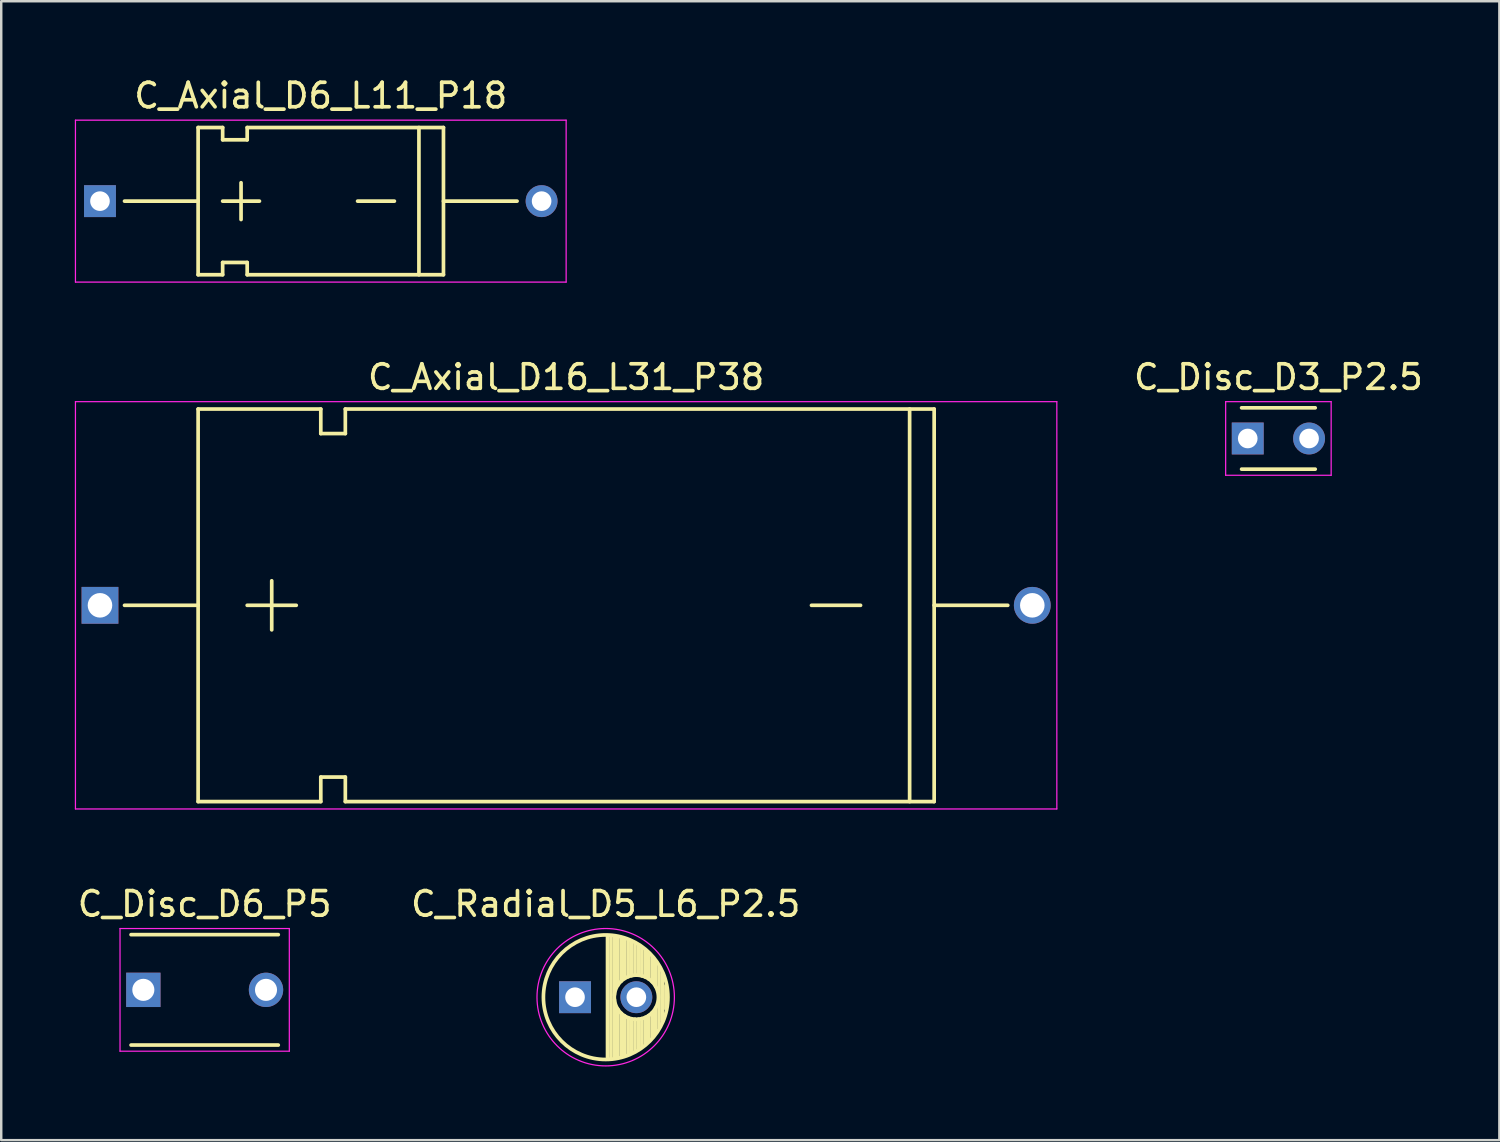
<source format=kicad_pcb>
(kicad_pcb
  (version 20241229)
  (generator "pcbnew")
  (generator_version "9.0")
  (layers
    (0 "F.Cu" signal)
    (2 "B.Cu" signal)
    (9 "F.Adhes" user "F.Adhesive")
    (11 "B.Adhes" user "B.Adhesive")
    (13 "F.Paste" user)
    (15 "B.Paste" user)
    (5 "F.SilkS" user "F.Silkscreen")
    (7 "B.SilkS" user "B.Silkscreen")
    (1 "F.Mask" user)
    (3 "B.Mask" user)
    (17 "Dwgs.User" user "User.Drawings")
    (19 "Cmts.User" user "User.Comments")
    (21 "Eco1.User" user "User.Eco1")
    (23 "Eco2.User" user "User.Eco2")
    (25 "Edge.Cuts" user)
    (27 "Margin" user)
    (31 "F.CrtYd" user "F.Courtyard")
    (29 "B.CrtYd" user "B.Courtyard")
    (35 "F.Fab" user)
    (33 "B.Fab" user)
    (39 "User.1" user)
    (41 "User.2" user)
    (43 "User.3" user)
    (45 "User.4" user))
  (footprint "C_Disc_D6_P5"
    (layer "F.Cu")
    (at 2.792 37.295)
    (property "Reference" "C_Disc_D6_P5" (at 2.5 -3.5 0) (layer "F.SilkS") (effects (font (size 1 1) (thickness 0.15))))
    (attr through_hole)
    (fp_line (start -0.5 -2.25) (end 5.5 -2.25) (stroke (width 0.15) (type solid)) (layer "F.SilkS"))
    (fp_line (start 5.5 2.25) (end -0.5 2.25) (stroke (width 0.15) (type solid)) (layer "F.SilkS"))
    (fp_line (start -0.95 -2.5) (end 5.95 -2.5) (stroke (width 0.05) (type solid)) (layer "F.CrtYd"))
    (fp_line (start -0.95 2.5) (end -0.95 -2.5) (stroke (width 0.05) (type solid)) (layer "F.CrtYd"))
    (fp_line (start 5.95 -2.5) (end 5.95 2.5) (stroke (width 0.05) (type solid)) (layer "F.CrtYd"))
    (fp_line (start 5.95 2.5) (end -0.95 2.5) (stroke (width 0.05) (type solid)) (layer "F.CrtYd"))
    (pad "1" thru_hole rect (at 0 0) (size 1.4 1.4) (drill 0.9) (layers "*.Cu" "*.Mask"))
    (pad "2" thru_hole circle (at 5 0) (size 1.4 1.4) (drill 0.9) (layers "*.Cu" "*.Mask")))
  (footprint "C_Disc_D3_P2.5"
    (layer "F.Cu")
    (at 47.806 14.822)
    (property "Reference" "C_Disc_D3_P2.5" (at 1.25 -2.5 0) (layer "F.SilkS") (effects (font (size 1 1) (thickness 0.15))))
    (attr through_hole)
    (fp_line (start -0.25 -1.25) (end 2.75 -1.25) (stroke (width 0.15) (type solid)) (layer "F.SilkS"))
    (fp_line (start 2.75 1.25) (end -0.25 1.25) (stroke (width 0.15) (type solid)) (layer "F.SilkS"))
    (fp_line (start -0.9 -1.5) (end 3.4 -1.5) (stroke (width 0.05) (type solid)) (layer "F.CrtYd"))
    (fp_line (start -0.9 1.5) (end -0.9 -1.5) (stroke (width 0.05) (type solid)) (layer "F.CrtYd"))
    (fp_line (start 3.4 -1.5) (end 3.4 1.5) (stroke (width 0.05) (type solid)) (layer "F.CrtYd"))
    (fp_line (start 3.4 1.5) (end -0.9 1.5) (stroke (width 0.05) (type solid)) (layer "F.CrtYd"))
    (pad "1" thru_hole rect (at 0 0) (size 1.3 1.3) (drill 0.8) (layers "*.Cu" "*.Mask"))
    (pad "2" thru_hole circle (at 2.5 0) (size 1.3 1.3) (drill 0.8) (layers "*.Cu" "*.Mask")))
  (footprint "C_Axial_D16_L31_P38"
    (layer "F.Cu")
    (at 1.025 21.622)
    (property "Reference" "C_Axial_D16_L31_P38" (at 19 -9.3 0) (layer "F.SilkS") (effects (font (size 1 1) (thickness 0.15))))
    (attr through_hole)
    (fp_line (start 4 0) (end 1 0) (stroke (width 0.15) (type solid)) (layer "F.SilkS"))
    (fp_line (start 4 8) (end 4 -8) (stroke (width 0.15) (type solid)) (layer "F.SilkS"))
    (fp_line (start 6 0) (end 8 0) (stroke (width 0.15) (type solid)) (layer "F.SilkS"))
    (fp_line (start 7 1) (end 7 -1) (stroke (width 0.15) (type solid)) (layer "F.SilkS"))
    (fp_line (start 9 -8) (end 4 -8) (stroke (width 0.15) (type solid)) (layer "F.SilkS"))
    (fp_line (start 9 -8) (end 9 -7) (stroke (width 0.15) (type solid)) (layer "F.SilkS"))
    (fp_line (start 9 -7) (end 10 -7) (stroke (width 0.15) (type solid)) (layer "F.SilkS"))
    (fp_line (start 9 7) (end 9 8) (stroke (width 0.15) (type solid)) (layer "F.SilkS"))
    (fp_line (start 9 8) (end 4 8) (stroke (width 0.15) (type solid)) (layer "F.SilkS"))
    (fp_line (start 10 -7) (end 10 -8) (stroke (width 0.15) (type solid)) (layer "F.SilkS"))
    (fp_line (start 10 7) (end 9 7) (stroke (width 0.15) (type solid)) (layer "F.SilkS"))
    (fp_line (start 10 8) (end 10 7) (stroke (width 0.15) (type solid)) (layer "F.SilkS"))
    (fp_line (start 10 8) (end 34 8) (stroke (width 0.15) (type solid)) (layer "F.SilkS"))
    (fp_line (start 29 0) (end 31 0) (stroke (width 0.15) (type solid)) (layer "F.SilkS"))
    (fp_line (start 33 -8) (end 33 8) (stroke (width 0.15) (type solid)) (layer "F.SilkS"))
    (fp_line (start 34 -8) (end 10 -8) (stroke (width 0.15) (type solid)) (layer "F.SilkS"))
    (fp_line (start 34 8) (end 34 -8) (stroke (width 0.15) (type solid)) (layer "F.SilkS"))
    (fp_line (start 37 0) (end 34 0) (stroke (width 0.15) (type solid)) (layer "F.SilkS"))
    (fp_line (start -1 -8.3) (end 39 -8.3) (stroke (width 0.05) (type solid)) (layer "F.CrtYd"))
    (fp_line (start -1 8.3) (end -1 -8.3) (stroke (width 0.05) (type solid)) (layer "F.CrtYd"))
    (fp_line (start 39 -8.3) (end 39 8.3) (stroke (width 0.05) (type solid)) (layer "F.CrtYd"))
    (fp_line (start 39 8.3) (end -1 8.3) (stroke (width 0.05) (type solid)) (layer "F.CrtYd"))
    (pad "1" thru_hole rect (at 0 0) (size 1.5 1.5) (drill 1) (layers "*.Cu" "*.Mask"))
    (pad "2" thru_hole circle (at 38 0) (size 1.5 1.5) (drill 1) (layers "*.Cu" "*.Mask")))
  (footprint "C_Radial_D5_L6_P2.5"
    (layer "F.Cu")
    (at 20.387 37.595)
    (property "Reference" "C_Radial_D5_L6_P2.5" (at 1.25 -3.8 0) (layer "F.SilkS") (effects (font (size 1 1) (thickness 0.15))))
    (attr through_hole)
    (fp_line (start 1.325 -2.499) (end 1.325 2.499) (stroke (width 0.15) (type solid)) (layer "F.SilkS"))
    (fp_line (start 1.465 -2.491) (end 1.465 2.491) (stroke (width 0.15) (type solid)) (layer "F.SilkS"))
    (fp_line (start 1.605 -2.475) (end 1.605 -0.095) (stroke (width 0.15) (type solid)) (layer "F.SilkS"))
    (fp_line (start 1.605 0.095) (end 1.605 2.475) (stroke (width 0.15) (type solid)) (layer "F.SilkS"))
    (fp_line (start 1.745 -2.451) (end 1.745 -0.49) (stroke (width 0.15) (type solid)) (layer "F.SilkS"))
    (fp_line (start 1.745 0.49) (end 1.745 2.451) (stroke (width 0.15) (type solid)) (layer "F.SilkS"))
    (fp_line (start 1.885 -2.418) (end 1.885 -0.657) (stroke (width 0.15) (type solid)) (layer "F.SilkS"))
    (fp_line (start 1.885 0.657) (end 1.885 2.418) (stroke (width 0.15) (type solid)) (layer "F.SilkS"))
    (fp_line (start 2.025 -2.377) (end 2.025 -0.764) (stroke (width 0.15) (type solid)) (layer "F.SilkS"))
    (fp_line (start 2.025 0.764) (end 2.025 2.377) (stroke (width 0.15) (type solid)) (layer "F.SilkS"))
    (fp_line (start 2.165 -2.327) (end 2.165 -0.835) (stroke (width 0.15) (type solid)) (layer "F.SilkS"))
    (fp_line (start 2.165 0.835) (end 2.165 2.327) (stroke (width 0.15) (type solid)) (layer "F.SilkS"))
    (fp_line (start 2.305 -2.266) (end 2.305 -0.879) (stroke (width 0.15) (type solid)) (layer "F.SilkS"))
    (fp_line (start 2.305 0.879) (end 2.305 2.266) (stroke (width 0.15) (type solid)) (layer "F.SilkS"))
    (fp_line (start 2.445 -2.196) (end 2.445 -0.898) (stroke (width 0.15) (type solid)) (layer "F.SilkS"))
    (fp_line (start 2.445 0.898) (end 2.445 2.196) (stroke (width 0.15) (type solid)) (layer "F.SilkS"))
    (fp_line (start 2.585 -2.114) (end 2.585 -0.896) (stroke (width 0.15) (type solid)) (layer "F.SilkS"))
    (fp_line (start 2.585 0.896) (end 2.585 2.114) (stroke (width 0.15) (type solid)) (layer "F.SilkS"))
    (fp_line (start 2.725 -2.019) (end 2.725 -0.871) (stroke (width 0.15) (type solid)) (layer "F.SilkS"))
    (fp_line (start 2.725 0.871) (end 2.725 2.019) (stroke (width 0.15) (type solid)) (layer "F.SilkS"))
    (fp_line (start 2.865 -1.908) (end 2.865 -0.823) (stroke (width 0.15) (type solid)) (layer "F.SilkS"))
    (fp_line (start 2.865 0.823) (end 2.865 1.908) (stroke (width 0.15) (type solid)) (layer "F.SilkS"))
    (fp_line (start 3.005 -1.78) (end 3.005 -0.745) (stroke (width 0.15) (type solid)) (layer "F.SilkS"))
    (fp_line (start 3.005 0.745) (end 3.005 1.78) (stroke (width 0.15) (type solid)) (layer "F.SilkS"))
    (fp_line (start 3.145 -1.631) (end 3.145 -0.628) (stroke (width 0.15) (type solid)) (layer "F.SilkS"))
    (fp_line (start 3.145 0.628) (end 3.145 1.631) (stroke (width 0.15) (type solid)) (layer "F.SilkS"))
    (fp_line (start 3.285 -1.452) (end 3.285 -0.44) (stroke (width 0.15) (type solid)) (layer "F.SilkS"))
    (fp_line (start 3.285 0.44) (end 3.285 1.452) (stroke (width 0.15) (type solid)) (layer "F.SilkS"))
    (fp_line (start 3.425 -1.233) (end 3.425 1.233) (stroke (width 0.15) (type solid)) (layer "F.SilkS"))
    (fp_line (start 3.565 -0.944) (end 3.565 0.944) (stroke (width 0.15) (type solid)) (layer "F.SilkS"))
    (fp_line (start 3.705 -0.472) (end 3.705 0.472) (stroke (width 0.15) (type solid)) (layer "F.SilkS"))
    (fp_circle (center 1.25 0) (end 1.25 -2.538) (stroke (width 0.15) (type solid)) (fill no) (layer "F.SilkS"))
    (fp_circle (center 2.5 0) (end 2.5 -0.9) (stroke (width 0.15) (type solid)) (fill no) (layer "F.SilkS"))
    (fp_circle (center 1.25 0) (end 1.25 -2.8) (stroke (width 0.05) (type solid)) (fill no) (layer "F.CrtYd"))
    (pad "1" thru_hole rect (at 0 0) (size 1.3 1.3) (drill 0.8) (layers "*.Cu" "*.Mask"))
    (pad "2" thru_hole circle (at 2.5 0) (size 1.3 1.3) (drill 0.8) (layers "*.Cu" "*.Mask")))
  (footprint "C_Axial_D6_L11_P18"
    (layer "F.Cu")
    (at 1.025 5.148)
    (property "Reference" "C_Axial_D6_L11_P18" (at 9 -4.3 0) (layer "F.SilkS") (effects (font (size 1 1) (thickness 0.15))))
    (attr through_hole)
    (fp_line (start 4 0) (end 1 0) (stroke (width 0.15) (type solid)) (layer "F.SilkS"))
    (fp_line (start 4 3) (end 4 -3) (stroke (width 0.15) (type solid)) (layer "F.SilkS"))
    (fp_line (start 5 -3) (end 4 -3) (stroke (width 0.15) (type solid)) (layer "F.SilkS"))
    (fp_line (start 5 -3) (end 5 -2.5) (stroke (width 0.15) (type solid)) (layer "F.SilkS"))
    (fp_line (start 5 -2.5) (end 6 -2.5) (stroke (width 0.15) (type solid)) (layer "F.SilkS"))
    (fp_line (start 5 0) (end 6.5 0) (stroke (width 0.15) (type solid)) (layer "F.SilkS"))
    (fp_line (start 5 2.5) (end 5 3) (stroke (width 0.15) (type solid)) (layer "F.SilkS"))
    (fp_line (start 5 3) (end 4 3) (stroke (width 0.15) (type solid)) (layer "F.SilkS"))
    (fp_line (start 5.75 0.75) (end 5.75 -0.75) (stroke (width 0.15) (type solid)) (layer "F.SilkS"))
    (fp_line (start 6 -2.5) (end 6 -3) (stroke (width 0.15) (type solid)) (layer "F.SilkS"))
    (fp_line (start 6 2.5) (end 5 2.5) (stroke (width 0.15) (type solid)) (layer "F.SilkS"))
    (fp_line (start 6 3) (end 6 2.5) (stroke (width 0.15) (type solid)) (layer "F.SilkS"))
    (fp_line (start 6 3) (end 14 3) (stroke (width 0.15) (type solid)) (layer "F.SilkS"))
    (fp_line (start 10.5 0) (end 12 0) (stroke (width 0.15) (type solid)) (layer "F.SilkS"))
    (fp_line (start 13 -3) (end 13 3) (stroke (width 0.15) (type solid)) (layer "F.SilkS"))
    (fp_line (start 14 -3) (end 6 -3) (stroke (width 0.15) (type solid)) (layer "F.SilkS"))
    (fp_line (start 14 3) (end 14 -3) (stroke (width 0.15) (type solid)) (layer "F.SilkS"))
    (fp_line (start 17 0) (end 14 0) (stroke (width 0.15) (type solid)) (layer "F.SilkS"))
    (fp_line (start -1 -3.3) (end 19 -3.3) (stroke (width 0.05) (type solid)) (layer "F.CrtYd"))
    (fp_line (start -1 3.3) (end -1 -3.3) (stroke (width 0.05) (type solid)) (layer "F.CrtYd"))
    (fp_line (start 19 -3.3) (end 19 3.3) (stroke (width 0.05) (type solid)) (layer "F.CrtYd"))
    (fp_line (start 19 3.3) (end -1 3.3) (stroke (width 0.05) (type solid)) (layer "F.CrtYd"))
    (pad "1" thru_hole rect (at 0 0) (size 1.3 1.3) (drill 0.8) (layers "*.Cu" "*.Mask"))
    (pad "2" thru_hole circle (at 18 0) (size 1.3 1.3) (drill 0.8) (layers "*.Cu" "*.Mask")))
  (gr_rect
    (start -3 -3)
    (end 58.062 43.42)
    (stroke (width 0.1) (type default))
    (fill no)
    (layer "Edge.Cuts")))
</source>
